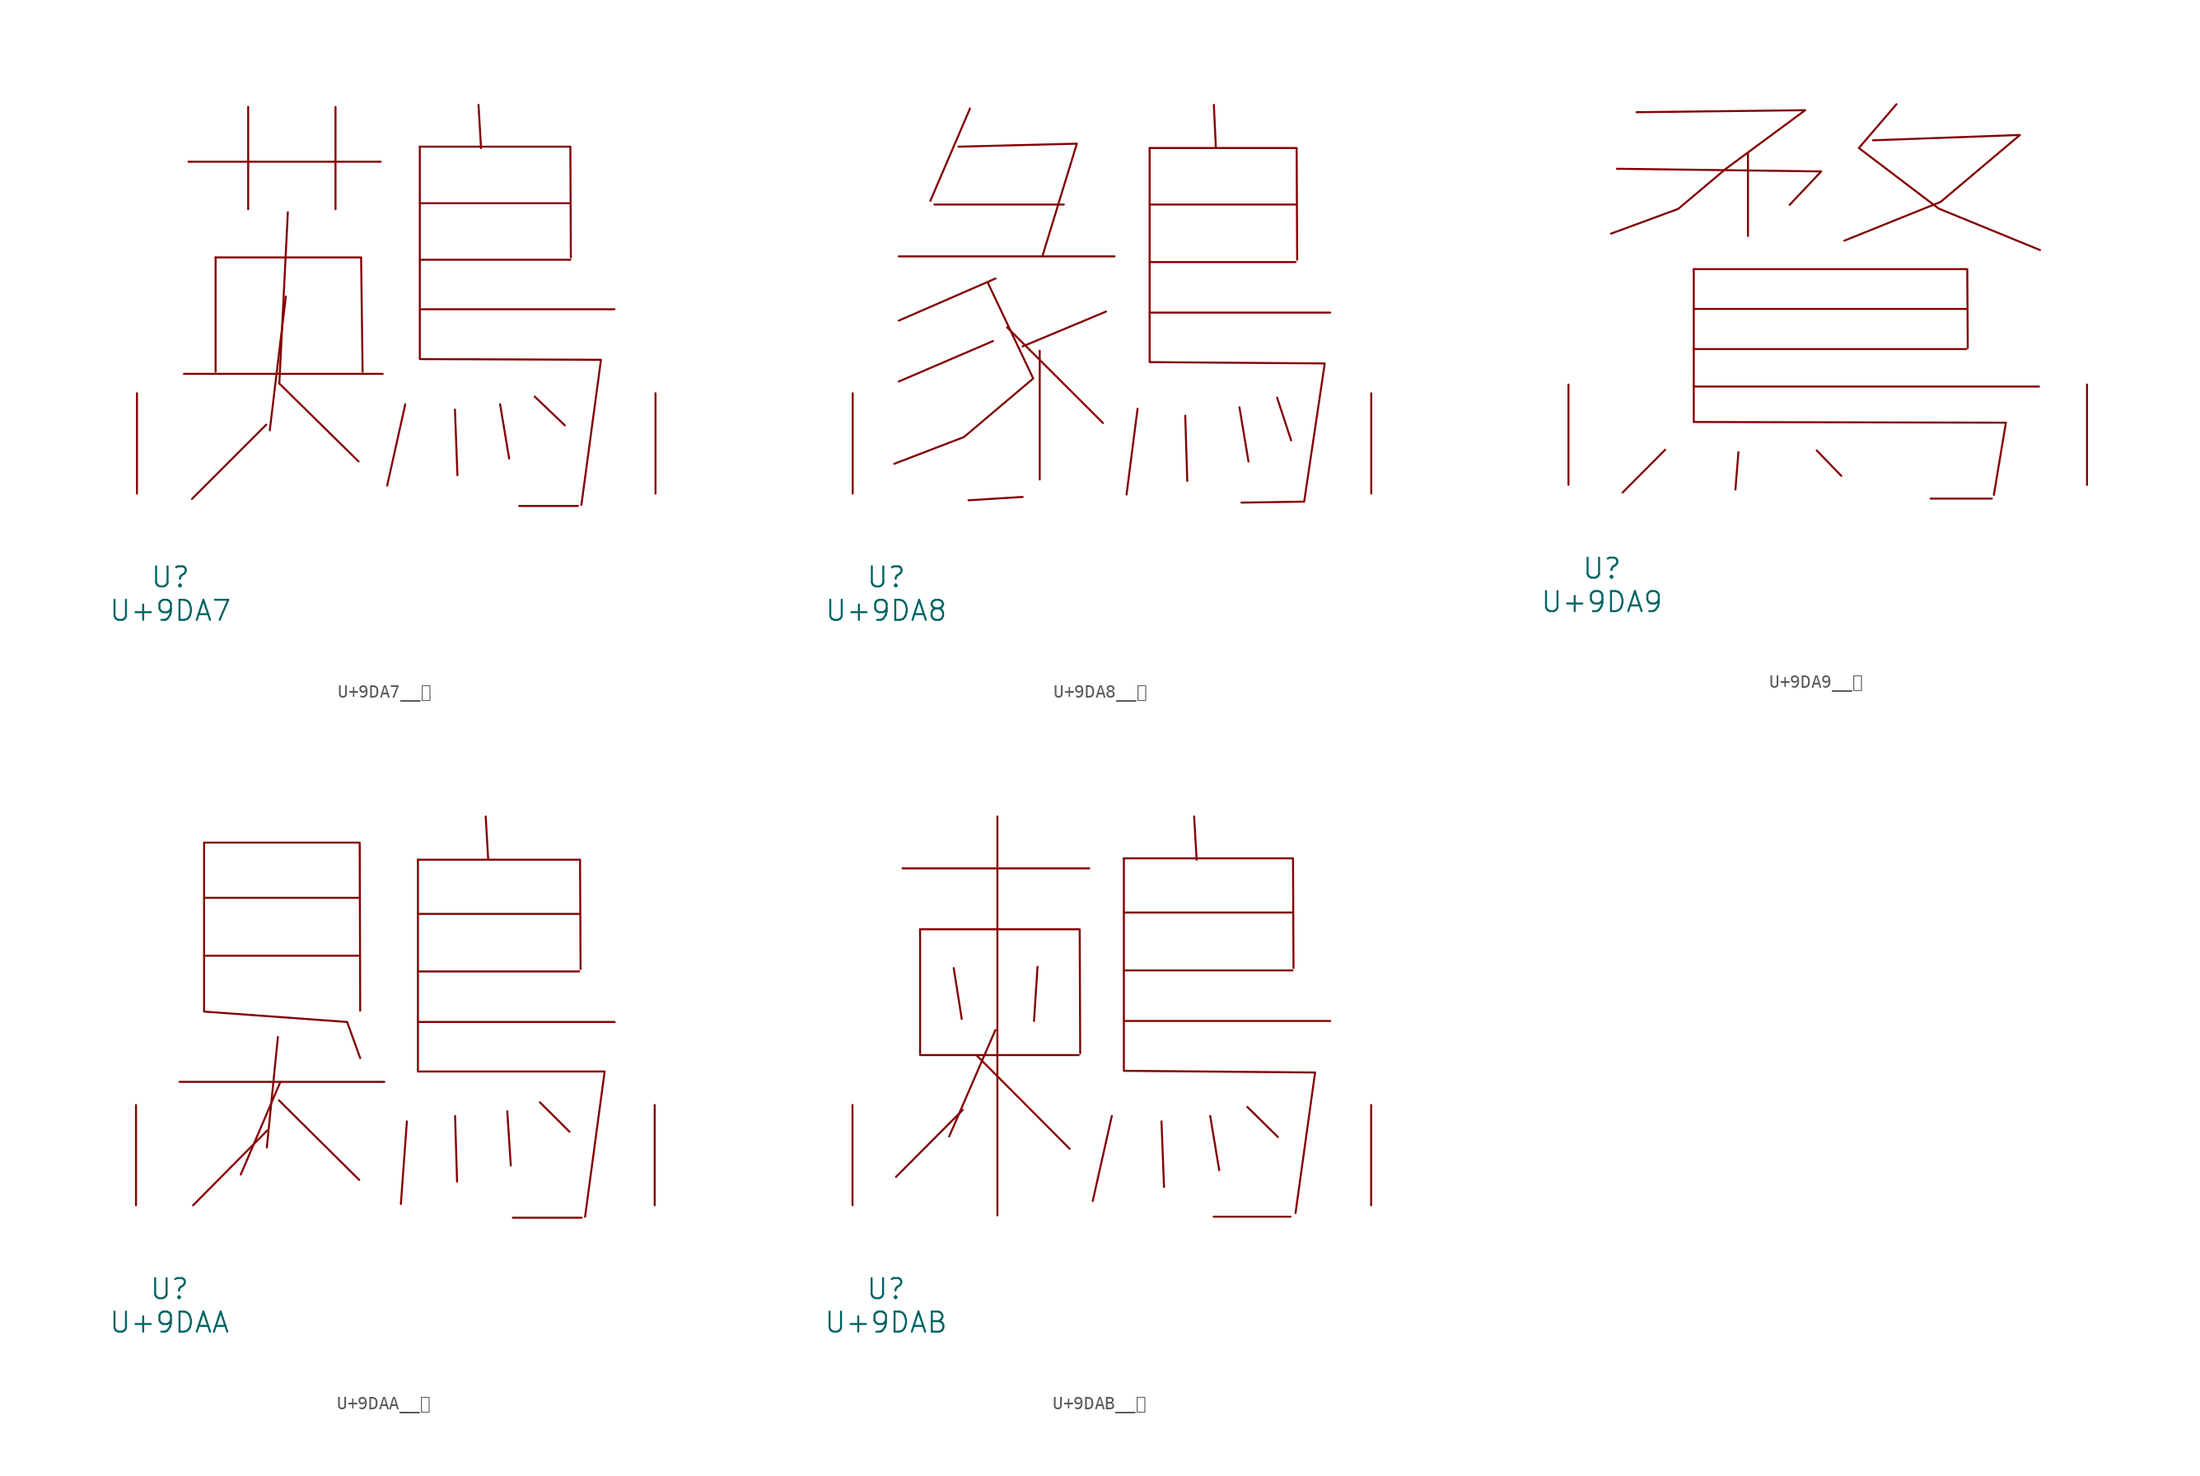
<source format=kicad_sym>
(kicad_symbol_lib
  (version 20231120)
  (generator "kicad_symbol_editor")
  (generator_version "8.0")
  (symbol "U+9DA7__鶧"
    (pin_names
      (offset 1.016))
    (property "Reference" "U"
      (at 0 -6.35 0)
      (effects (font (size 1.524 1.524))))
    (property "Value" "U+9DA7"
      (at 0 -8.89 0)
      (effects (font (size 1.524 1.524))))
    (symbol "U+9DA7__鶧_0_1"
      (polyline (pts (xy 1.029 9.093) (xy 16.116 9.093)) (stroke (width 0) (type solid)) (fill (type none)))
      (polyline (pts (xy 1.372 25.197) (xy 15.964 25.197)) (stroke (width 0) (type solid)) (fill (type none)))
      (polyline (pts (xy 3.429 17.932) (xy 3.429 9.246)) (stroke (width 0) (type solid)) (fill (type none)))
      (polyline (pts (xy 5.905 29.362) (xy 5.905 21.59)) (stroke (width 0) (type solid)) (fill (type none)))
      (polyline (pts (xy 7.277 5.232) (xy 1.638 -0.406)) (stroke (width 0) (type solid)) (fill (type none)))
      (polyline (pts (xy 8.763 14.961) (xy 7.544 4.801)) (stroke (width 0) (type solid)) (fill (type none)))
      (polyline (pts (xy 12.535 29.362) (xy 12.535 21.59)) (stroke (width 0) (type solid)) (fill (type none)))
      (polyline (pts (xy 17.831 6.782) (xy 16.459 0.61)) (stroke (width 0) (type solid)) (fill (type none)))
      (polyline (pts (xy 18.936 13.995) (xy 33.718 13.995)) (stroke (width 0) (type solid)) (fill (type none)))
      (polyline (pts (xy 18.936 17.755) (xy 30.366 17.755)) (stroke (width 0) (type solid)) (fill (type none)))
      (polyline (pts (xy 18.936 22.047) (xy 30.366 22.047)) (stroke (width 0) (type solid)) (fill (type none)))
      (polyline (pts (xy 21.603 6.375) (xy 21.793 1.397)) (stroke (width 0) (type solid)) (fill (type none)))
      (polyline (pts (xy 23.393 29.515) (xy 23.584 26.238)) (stroke (width 0) (type solid)) (fill (type none)))
      (polyline (pts (xy 25.032 6.782) (xy 25.718 2.667)) (stroke (width 0) (type solid)) (fill (type none)))
      (polyline (pts (xy 26.48 -0.94) (xy 30.937 -0.94)) (stroke (width 0) (type solid)) (fill (type none)))
      (polyline (pts (xy 27.661 7.366) (xy 29.947 5.182)) (stroke (width 0) (type solid)) (fill (type none)))
      (polyline (pts (xy 3.429 17.932) (xy 14.478 17.932) (xy 14.592 9.246)) (stroke (width 0) (type solid)) (fill (type none)))
      (polyline (pts (xy 8.915 21.361) (xy 8.268 8.357) (xy 14.287 2.438)) (stroke (width 0) (type solid)) (fill (type none)))
      (polyline (pts (xy 18.936 26.34) (xy 30.366 26.34) (xy 30.404 17.932)) (stroke (width 0) (type solid)) (fill (type none)))
      (polyline (pts (xy 18.936 26.34) (xy 18.936 10.211) (xy 32.69 10.16) (xy 31.204 -0.864)) (stroke (width 0) (type solid)) (fill (type none)))
      (pin input line (at -2.54 0 90) (length 7.62) (name "~" (effects (font (size 1.27 1.27)))) (number "~" (effects (font (size 1.27 1.27)))))
      (pin input line (at 36.83 0 90) (length 7.62) (name "~" (effects (font (size 1.27 1.27)))) (number "~" (effects (font (size 1.27 1.27)))))))
  (symbol "U+9DA8__鶨"
    (pin_names
      (offset 1.016))
    (property "Reference" "U"
      (at 0 -6.35 0)
      (effects (font (size 1.524 1.524))))
    (property "Value" "U+9DA8"
      (at 0 -8.89 0)
      (effects (font (size 1.524 1.524))))
    (symbol "U+9DA8__鶨_0_1"
      (polyline (pts (xy 0.953 18.009) (xy 17.335 18.009)) (stroke (width 0) (type solid)) (fill (type none)))
      (polyline (pts (xy 3.658 21.946) (xy 13.487 21.946)) (stroke (width 0) (type solid)) (fill (type none)))
      (polyline (pts (xy 6.363 29.235) (xy 3.353 22.225)) (stroke (width 0) (type solid)) (fill (type none)))
      (polyline (pts (xy 8.115 11.582) (xy 0.953 8.509)) (stroke (width 0) (type solid)) (fill (type none)))
      (polyline (pts (xy 8.306 16.332) (xy 0.953 13.132)) (stroke (width 0) (type solid)) (fill (type none)))
      (polyline (pts (xy 9.182 12.624) (xy 16.459 5.359)) (stroke (width 0) (type solid)) (fill (type none)))
      (polyline (pts (xy 10.363 -0.254) (xy 6.248 -0.508)) (stroke (width 0) (type solid)) (fill (type none)))
      (polyline (pts (xy 11.659 10.846) (xy 11.659 1.067)) (stroke (width 0) (type solid)) (fill (type none)))
      (polyline (pts (xy 16.688 13.818) (xy 10.363 11.176)) (stroke (width 0) (type solid)) (fill (type none)))
      (polyline (pts (xy 19.088 6.452) (xy 18.25 -0.076)) (stroke (width 0) (type solid)) (fill (type none)))
      (polyline (pts (xy 20.003 13.741) (xy 33.718 13.741)) (stroke (width 0) (type solid)) (fill (type none)))
      (polyline (pts (xy 20.003 17.577) (xy 31.09 17.577)) (stroke (width 0) (type solid)) (fill (type none)))
      (polyline (pts (xy 20.003 21.946) (xy 31.09 21.946)) (stroke (width 0) (type solid)) (fill (type none)))
      (polyline (pts (xy 22.708 5.918) (xy 22.86 0.965)) (stroke (width 0) (type solid)) (fill (type none)))
      (polyline (pts (xy 24.879 29.515) (xy 25.032 26.238)) (stroke (width 0) (type solid)) (fill (type none)))
      (polyline (pts (xy 26.822 6.553) (xy 27.508 2.438)) (stroke (width 0) (type solid)) (fill (type none)))
      (polyline (pts (xy 29.68 7.29) (xy 30.747 4.039)) (stroke (width 0) (type solid)) (fill (type none)))
      (polyline (pts (xy 5.486 26.34) (xy 14.478 26.568) (xy 11.887 18.11)) (stroke (width 0) (type solid)) (fill (type none)))
      (polyline (pts (xy 20.003 26.238) (xy 31.166 26.238) (xy 31.204 17.755)) (stroke (width 0) (type solid)) (fill (type none)))
      (polyline (pts (xy 7.734 15.977) (xy 11.163 8.738) (xy 5.905 4.293) (xy 0.61 2.261)) (stroke (width 0) (type solid)) (fill (type none)))
      (polyline (pts (xy 20.003 26.238) (xy 20.003 9.982) (xy 33.299 9.881) (xy 31.737 -0.61) (xy 26.975 -0.686)) (stroke (width 0) (type solid)) (fill (type none)))
      (pin input line (at -2.54 0 90) (length 7.62) (name "~" (effects (font (size 1.27 1.27)))) (number "~" (effects (font (size 1.27 1.27)))))
      (pin input line (at 36.83 0 90) (length 7.62) (name "~" (effects (font (size 1.27 1.27)))) (number "~" (effects (font (size 1.27 1.27)))))))
  (symbol "U+9DA9__鶩"
    (pin_names
      (offset 1.016))
    (property "Reference" "U"
      (at 0 -6.35 0)
      (effects (font (size 1.524 1.524))))
    (property "Value" "U+9DA9"
      (at 0 -8.89 0)
      (effects (font (size 1.524 1.524))))
    (symbol "U+9DA9__鶩_0_1"
      (polyline (pts (xy 4.801 2.667) (xy 1.562 -0.584)) (stroke (width 0) (type solid)) (fill (type none)))
      (polyline (pts (xy 6.972 7.468) (xy 33.185 7.468)) (stroke (width 0) (type solid)) (fill (type none)))
      (polyline (pts (xy 6.972 10.312) (xy 27.661 10.312)) (stroke (width 0) (type solid)) (fill (type none)))
      (polyline (pts (xy 6.972 13.36) (xy 27.661 13.36)) (stroke (width 0) (type solid)) (fill (type none)))
      (polyline (pts (xy 10.363 2.489) (xy 10.135 -0.356)) (stroke (width 0) (type solid)) (fill (type none)))
      (polyline (pts (xy 11.087 25.197) (xy 11.087 18.898)) (stroke (width 0) (type solid)) (fill (type none)))
      (polyline (pts (xy 16.307 2.616) (xy 18.174 0.686)) (stroke (width 0) (type solid)) (fill (type none)))
      (polyline (pts (xy 24.956 -1.041) (xy 29.604 -1.041)) (stroke (width 0) (type solid)) (fill (type none)))
      (polyline (pts (xy 1.143 24.003) (xy 16.65 23.8) (xy 14.249 21.26)) (stroke (width 0) (type solid)) (fill (type none)))
      (polyline (pts (xy 6.972 16.383) (xy 27.737 16.383) (xy 27.775 10.389)) (stroke (width 0) (type solid)) (fill (type none)))
      (polyline (pts (xy 6.972 16.383) (xy 6.972 4.775) (xy 30.671 4.724) (xy 29.756 -0.762)) (stroke (width 0) (type solid)) (fill (type none)))
      (polyline (pts (xy 20.574 26.162) (xy 31.737 26.568) (xy 25.718 21.488) (xy 18.402 18.542)) (stroke (width 0) (type solid)) (fill (type none)))
      (polyline (pts (xy 22.365 28.905) (xy 19.507 25.578) (xy 25.565 20.98) (xy 33.261 17.831)) (stroke (width 0) (type solid)) (fill (type none)))
      (polyline (pts (xy 2.629 28.296) (xy 15.431 28.448) (xy 9.411 24.003) (xy 5.791 20.955) (xy 0.686 19.075)) (stroke (width 0) (type solid)) (fill (type none)))
      (pin input line (at -2.54 0 90) (length 7.62) (name "~" (effects (font (size 1.27 1.27)))) (number "~" (effects (font (size 1.27 1.27)))))
      (pin input line (at 36.83 0 90) (length 7.62) (name "~" (effects (font (size 1.27 1.27)))) (number "~" (effects (font (size 1.27 1.27)))))))
  (symbol "U+9DAA__鶪"
    (pin_names
      (offset 1.016))
    (property "Reference" "U"
      (at 0 -6.35 0)
      (effects (font (size 1.524 1.524))))
    (property "Value" "U+9DAA"
      (at 0 -8.89 0)
      (effects (font (size 1.524 1.524))))
    (symbol "U+9DAA__鶪_0_1"
      (polyline (pts (xy 0.762 9.373) (xy 16.307 9.373)) (stroke (width 0) (type solid)) (fill (type none)))
      (polyline (pts (xy 2.629 18.948) (xy 14.402 18.948)) (stroke (width 0) (type solid)) (fill (type none)))
      (polyline (pts (xy 2.629 23.343) (xy 14.402 23.343)) (stroke (width 0) (type solid)) (fill (type none)))
      (polyline (pts (xy 7.429 5.69) (xy 1.791 0)) (stroke (width 0) (type solid)) (fill (type none)))
      (polyline (pts (xy 8.23 12.776) (xy 7.391 4.394)) (stroke (width 0) (type solid)) (fill (type none)))
      (polyline (pts (xy 8.306 7.976) (xy 14.402 1.93)) (stroke (width 0) (type solid)) (fill (type none)))
      (polyline (pts (xy 8.42 9.373) (xy 5.41 2.337)) (stroke (width 0) (type solid)) (fill (type none)))
      (polyline (pts (xy 18.021 6.375) (xy 17.564 0.102)) (stroke (width 0) (type solid)) (fill (type none)))
      (polyline (pts (xy 18.86 13.919) (xy 33.795 13.919)) (stroke (width 0) (type solid)) (fill (type none)))
      (polyline (pts (xy 18.86 17.755) (xy 31.09 17.755)) (stroke (width 0) (type solid)) (fill (type none)))
      (polyline (pts (xy 18.86 22.123) (xy 31.09 22.123)) (stroke (width 0) (type solid)) (fill (type none)))
      (polyline (pts (xy 21.679 6.782) (xy 21.831 1.803)) (stroke (width 0) (type solid)) (fill (type none)))
      (polyline (pts (xy 24.003 29.515) (xy 24.194 26.238)) (stroke (width 0) (type solid)) (fill (type none)))
      (polyline (pts (xy 25.641 7.137) (xy 25.908 3.023)) (stroke (width 0) (type solid)) (fill (type none)))
      (polyline (pts (xy 26.06 -0.94) (xy 31.28 -0.94)) (stroke (width 0) (type solid)) (fill (type none)))
      (polyline (pts (xy 28.118 7.823) (xy 30.366 5.588)) (stroke (width 0) (type solid)) (fill (type none)))
      (polyline (pts (xy 2.629 27.534) (xy 14.44 27.534) (xy 14.478 14.783)) (stroke (width 0) (type solid)) (fill (type none)))
      (polyline (pts (xy 18.86 26.238) (xy 31.166 26.238) (xy 31.204 17.932)) (stroke (width 0) (type solid)) (fill (type none)))
      (polyline (pts (xy 2.629 27.534) (xy 2.629 14.707) (xy 13.487 13.919) (xy 14.478 11.176)) (stroke (width 0) (type solid)) (fill (type none)))
      (polyline (pts (xy 18.86 26.238) (xy 18.86 10.16) (xy 33.033 10.16) (xy 31.547 -0.864)) (stroke (width 0) (type solid)) (fill (type none)))
      (pin input line (at -2.54 0 90) (length 7.62) (name "~" (effects (font (size 1.27 1.27)))) (number "~" (effects (font (size 1.27 1.27)))))
      (pin input line (at 36.83 0 90) (length 7.62) (name "~" (effects (font (size 1.27 1.27)))) (number "~" (effects (font (size 1.27 1.27)))))))
  (symbol "U+9DAB__鶫"
    (pin_names
      (offset 1.016))
    (property "Reference" "U"
      (at 0 -6.35 0)
      (effects (font (size 1.524 1.524))))
    (property "Value" "U+9DAB"
      (at 0 -8.89 0)
      (effects (font (size 1.524 1.524))))
    (symbol "U+9DAB__鶫_0_1"
      (polyline (pts (xy 1.257 25.578) (xy 15.431 25.578)) (stroke (width 0) (type solid)) (fill (type none)))
      (polyline (pts (xy 2.591 11.405) (xy 14.63 11.405)) (stroke (width 0) (type solid)) (fill (type none)))
      (polyline (pts (xy 2.591 20.955) (xy 2.591 11.532)) (stroke (width 0) (type solid)) (fill (type none)))
      (polyline (pts (xy 5.144 18.009) (xy 5.753 14.148)) (stroke (width 0) (type solid)) (fill (type none)))
      (polyline (pts (xy 5.829 7.239) (xy 0.762 2.159)) (stroke (width 0) (type solid)) (fill (type none)))
      (polyline (pts (xy 6.858 11.405) (xy 13.945 4.293)) (stroke (width 0) (type solid)) (fill (type none)))
      (polyline (pts (xy 8.306 13.31) (xy 4.801 5.232)) (stroke (width 0) (type solid)) (fill (type none)))
      (polyline (pts (xy 8.458 29.515) (xy 8.458 -0.762)) (stroke (width 0) (type solid)) (fill (type none)))
      (polyline (pts (xy 11.506 18.11) (xy 11.239 13.995)) (stroke (width 0) (type solid)) (fill (type none)))
      (polyline (pts (xy 17.145 6.782) (xy 15.697 0.33)) (stroke (width 0) (type solid)) (fill (type none)))
      (polyline (pts (xy 18.059 13.995) (xy 33.718 13.995)) (stroke (width 0) (type solid)) (fill (type none)))
      (polyline (pts (xy 18.059 17.831) (xy 30.861 17.831)) (stroke (width 0) (type solid)) (fill (type none)))
      (polyline (pts (xy 18.059 22.225) (xy 30.861 22.225)) (stroke (width 0) (type solid)) (fill (type none)))
      (polyline (pts (xy 20.917 6.375) (xy 21.107 1.397)) (stroke (width 0) (type solid)) (fill (type none)))
      (polyline (pts (xy 23.393 29.515) (xy 23.584 26.238)) (stroke (width 0) (type solid)) (fill (type none)))
      (polyline (pts (xy 24.613 6.782) (xy 25.298 2.667)) (stroke (width 0) (type solid)) (fill (type none)))
      (polyline (pts (xy 24.879 -0.864) (xy 30.709 -0.864)) (stroke (width 0) (type solid)) (fill (type none)))
      (polyline (pts (xy 27.432 7.468) (xy 29.756 5.182)) (stroke (width 0) (type solid)) (fill (type none)))
      (polyline (pts (xy 2.591 20.955) (xy 14.707 20.955) (xy 14.745 11.532)) (stroke (width 0) (type solid)) (fill (type none)))
      (polyline (pts (xy 18.059 26.34) (xy 30.899 26.34) (xy 30.937 18.009)) (stroke (width 0) (type solid)) (fill (type none)))
      (polyline (pts (xy 18.059 26.34) (xy 18.059 10.211) (xy 32.575 10.084) (xy 31.09 -0.584)) (stroke (width 0) (type solid)) (fill (type none)))
      (pin input line (at -2.54 0 90) (length 7.62) (name "~" (effects (font (size 1.27 1.27)))) (number "~" (effects (font (size 1.27 1.27)))))
      (pin input line (at 36.83 0 90) (length 7.62) (name "~" (effects (font (size 1.27 1.27)))) (number "~" (effects (font (size 1.27 1.27))))))))
</source>
